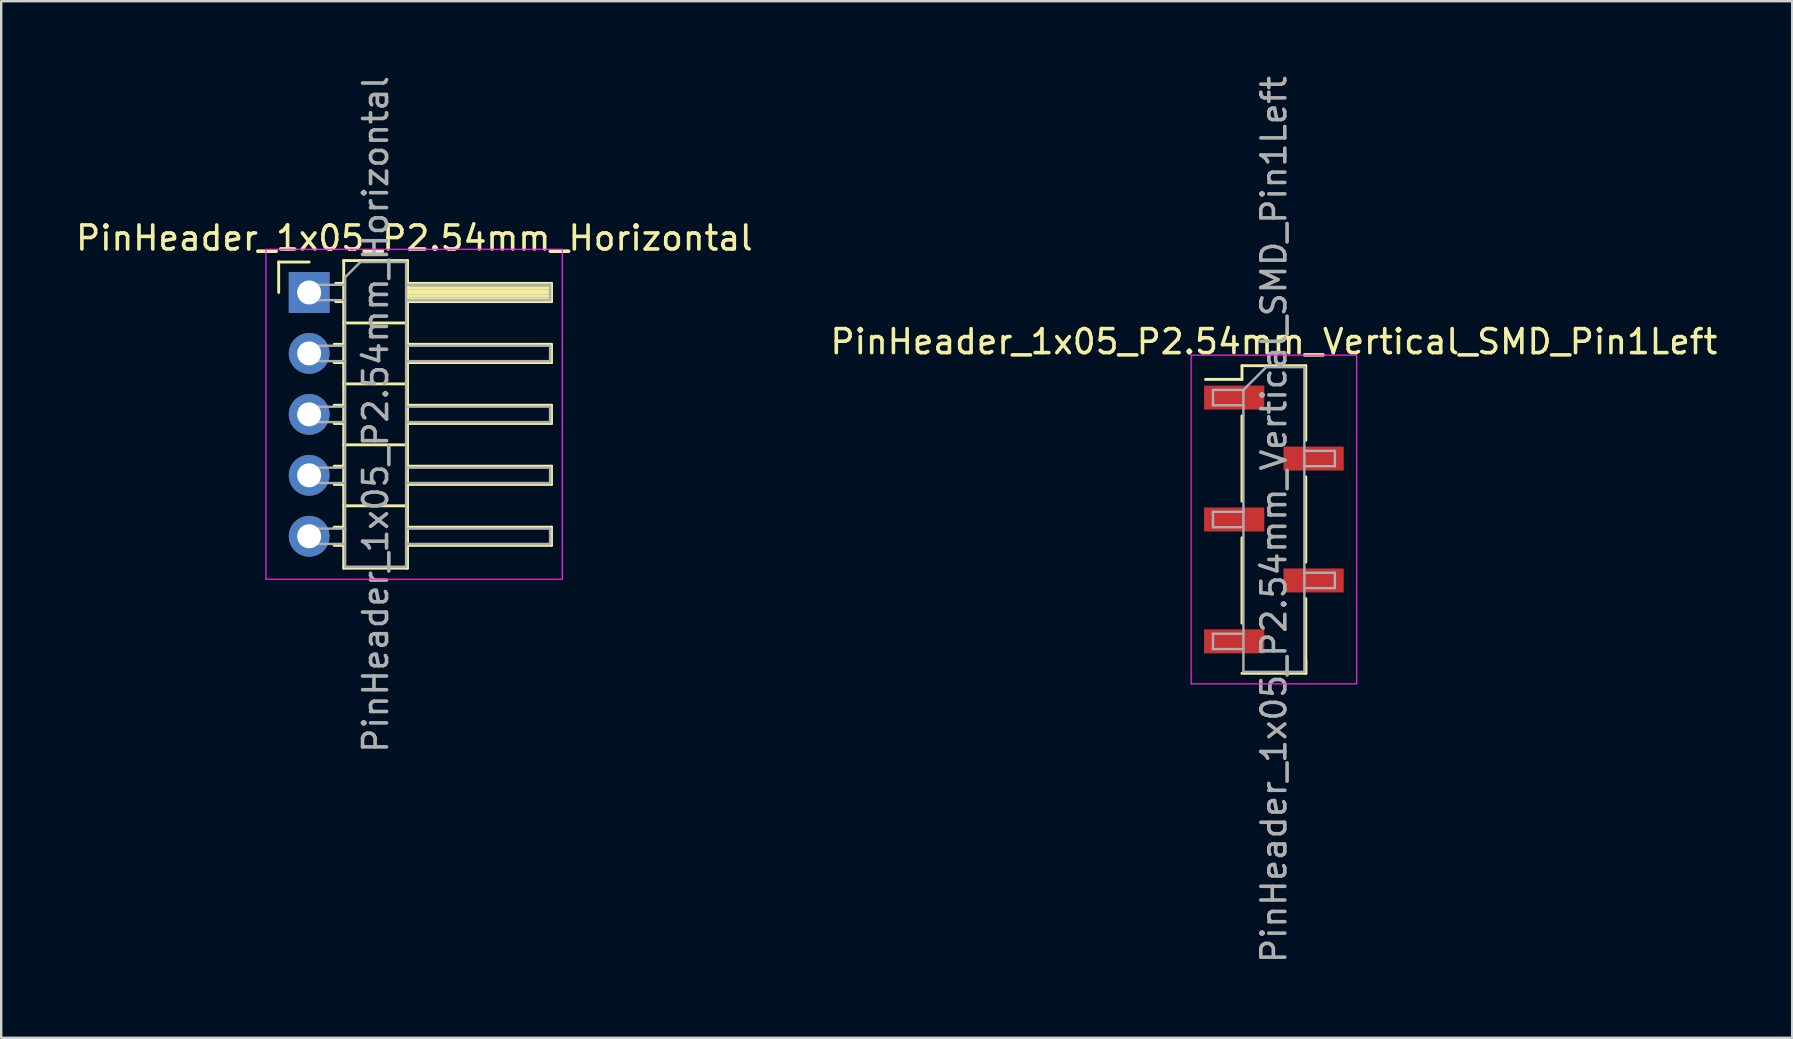
<source format=kicad_pcb>
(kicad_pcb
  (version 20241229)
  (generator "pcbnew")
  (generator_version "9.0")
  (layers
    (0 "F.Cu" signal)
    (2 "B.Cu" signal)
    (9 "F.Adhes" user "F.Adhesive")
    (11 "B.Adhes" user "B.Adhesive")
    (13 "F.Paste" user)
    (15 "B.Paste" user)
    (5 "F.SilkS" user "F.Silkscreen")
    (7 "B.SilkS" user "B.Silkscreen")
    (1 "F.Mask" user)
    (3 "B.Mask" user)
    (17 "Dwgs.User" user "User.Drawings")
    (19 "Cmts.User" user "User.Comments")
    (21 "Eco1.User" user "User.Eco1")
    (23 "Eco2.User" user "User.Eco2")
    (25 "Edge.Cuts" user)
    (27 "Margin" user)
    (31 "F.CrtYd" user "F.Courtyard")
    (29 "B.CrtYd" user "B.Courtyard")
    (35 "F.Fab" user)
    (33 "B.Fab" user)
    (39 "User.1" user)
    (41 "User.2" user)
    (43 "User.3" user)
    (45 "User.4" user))
  (footprint "PinHeader_1x05_P2.54mm_Vertical_SMD_Pin1Left"
    (layer "F.Cu")
    (at 50.042 18.601)
    (property "Reference" "PinHeader_1x05_P2.54mm_Vertical_SMD_Pin1Left" (at 0 -7.41 0) (layer "F.SilkS") (effects (font (size 1 1) (thickness 0.15))))
    (attr smd)
    (fp_line (start -1.33 -6.41) (end -1.33 -5.84) (stroke (width 0.12) (type solid)) (layer "F.SilkS"))
    (fp_line (start -1.33 -6.41) (end 1.33 -6.41) (stroke (width 0.12) (type solid)) (layer "F.SilkS"))
    (fp_line (start -1.33 -5.84) (end -2.85 -5.84) (stroke (width 0.12) (type solid)) (layer "F.SilkS"))
    (fp_line (start -1.33 -4.32) (end -1.33 -0.76) (stroke (width 0.12) (type solid)) (layer "F.SilkS"))
    (fp_line (start -1.33 0.76) (end -1.33 4.32) (stroke (width 0.12) (type solid)) (layer "F.SilkS"))
    (fp_line (start -1.33 6.41) (end 1.33 6.41) (stroke (width 0.12) (type solid)) (layer "F.SilkS"))
    (fp_line (start 1.33 -6.41) (end 1.33 -3.3) (stroke (width 0.12) (type solid)) (layer "F.SilkS"))
    (fp_line (start 1.33 -1.78) (end 1.33 1.78) (stroke (width 0.12) (type solid)) (layer "F.SilkS"))
    (fp_line (start 1.33 3.3) (end 1.33 6.41) (stroke (width 0.12) (type solid)) (layer "F.SilkS"))
    (fp_line (start 1.33 5.84) (end 1.33 6.41) (stroke (width 0.12) (type solid)) (layer "F.SilkS"))
    (fp_line (start -3.45 -6.85) (end -3.45 6.85) (stroke (width 0.05) (type solid)) (layer "F.CrtYd"))
    (fp_line (start -3.45 6.85) (end 3.45 6.85) (stroke (width 0.05) (type solid)) (layer "F.CrtYd"))
    (fp_line (start 3.45 -6.85) (end -3.45 -6.85) (stroke (width 0.05) (type solid)) (layer "F.CrtYd"))
    (fp_line (start 3.45 6.85) (end 3.45 -6.85) (stroke (width 0.05) (type solid)) (layer "F.CrtYd"))
    (fp_line (start -2.54 -5.4) (end -2.54 -4.76) (stroke (width 0.1) (type solid)) (layer "F.Fab"))
    (fp_line (start -2.54 -4.76) (end -1.27 -4.76) (stroke (width 0.1) (type solid)) (layer "F.Fab"))
    (fp_line (start -2.54 -0.32) (end -2.54 0.32) (stroke (width 0.1) (type solid)) (layer "F.Fab"))
    (fp_line (start -2.54 0.32) (end -1.27 0.32) (stroke (width 0.1) (type solid)) (layer "F.Fab"))
    (fp_line (start -2.54 4.76) (end -2.54 5.4) (stroke (width 0.1) (type solid)) (layer "F.Fab"))
    (fp_line (start -2.54 5.4) (end -1.27 5.4) (stroke (width 0.1) (type solid)) (layer "F.Fab"))
    (fp_line (start -1.27 -5.4) (end -2.54 -5.4) (stroke (width 0.1) (type solid)) (layer "F.Fab"))
    (fp_line (start -1.27 -5.4) (end -0.32 -6.35) (stroke (width 0.1) (type solid)) (layer "F.Fab"))
    (fp_line (start -1.27 -0.32) (end -2.54 -0.32) (stroke (width 0.1) (type solid)) (layer "F.Fab"))
    (fp_line (start -1.27 4.76) (end -2.54 4.76) (stroke (width 0.1) (type solid)) (layer "F.Fab"))
    (fp_line (start -1.27 6.35) (end -1.27 -5.4) (stroke (width 0.1) (type solid)) (layer "F.Fab"))
    (fp_line (start -0.32 -6.35) (end 1.27 -6.35) (stroke (width 0.1) (type solid)) (layer "F.Fab"))
    (fp_line (start 1.27 -6.35) (end 1.27 6.35) (stroke (width 0.1) (type solid)) (layer "F.Fab"))
    (fp_line (start 1.27 -2.86) (end 2.54 -2.86) (stroke (width 0.1) (type solid)) (layer "F.Fab"))
    (fp_line (start 1.27 2.22) (end 2.54 2.22) (stroke (width 0.1) (type solid)) (layer "F.Fab"))
    (fp_line (start 1.27 6.35) (end -1.27 6.35) (stroke (width 0.1) (type solid)) (layer "F.Fab"))
    (fp_line (start 2.54 -2.86) (end 2.54 -2.22) (stroke (width 0.1) (type solid)) (layer "F.Fab"))
    (fp_line (start 2.54 -2.22) (end 1.27 -2.22) (stroke (width 0.1) (type solid)) (layer "F.Fab"))
    (fp_line (start 2.54 2.22) (end 2.54 2.86) (stroke (width 0.1) (type solid)) (layer "F.Fab"))
    (fp_line (start 2.54 2.86) (end 1.27 2.86) (stroke (width 0.1) (type solid)) (layer "F.Fab"))
    (fp_text user "${REFERENCE}" (at 0 0 90) (layer "F.Fab") (effects (font (size 1 1) (thickness 0.15))))
    (pad "1" smd rect (at -1.655 -5.08) (size 2.51 1) (layers "F.Cu" "F.Mask" "F.Paste"))
    (pad "2" smd rect (at 1.655 -2.54) (size 2.51 1) (layers "F.Cu" "F.Mask" "F.Paste"))
    (pad "3" smd rect (at -1.655 0) (size 2.51 1) (layers "F.Cu" "F.Mask" "F.Paste"))
    (pad "4" smd rect (at 1.655 2.54) (size 2.51 1) (layers "F.Cu" "F.Mask" "F.Paste"))
    (pad "5" smd rect (at -1.655 5.08) (size 2.51 1) (layers "F.Cu" "F.Mask" "F.Paste")))
  (footprint "PinHeader_1x05_P2.54mm_Horizontal"
    (layer "F.Cu")
    (at 9.835 9.14)
    (property "Reference" "PinHeader_1x05_P2.54mm_Horizontal" (at 4.385 -2.27 0) (layer "F.SilkS") (effects (font (size 1 1) (thickness 0.15))))
    (attr through_hole)
    (fp_line (start -1.27 -1.27) (end 0 -1.27) (stroke (width 0.12) (type solid)) (layer "F.SilkS"))
    (fp_line (start -1.27 0) (end -1.27 -1.27) (stroke (width 0.12) (type solid)) (layer "F.SilkS"))
    (fp_line (start 1.043 2.16) (end 1.44 2.16) (stroke (width 0.12) (type solid)) (layer "F.SilkS"))
    (fp_line (start 1.043 2.92) (end 1.44 2.92) (stroke (width 0.12) (type solid)) (layer "F.SilkS"))
    (fp_line (start 1.043 4.7) (end 1.44 4.7) (stroke (width 0.12) (type solid)) (layer "F.SilkS"))
    (fp_line (start 1.043 5.46) (end 1.44 5.46) (stroke (width 0.12) (type solid)) (layer "F.SilkS"))
    (fp_line (start 1.043 7.24) (end 1.44 7.24) (stroke (width 0.12) (type solid)) (layer "F.SilkS"))
    (fp_line (start 1.043 8) (end 1.44 8) (stroke (width 0.12) (type solid)) (layer "F.SilkS"))
    (fp_line (start 1.043 9.78) (end 1.44 9.78) (stroke (width 0.12) (type solid)) (layer "F.SilkS"))
    (fp_line (start 1.043 10.54) (end 1.44 10.54) (stroke (width 0.12) (type solid)) (layer "F.SilkS"))
    (fp_line (start 1.11 -0.38) (end 1.44 -0.38) (stroke (width 0.12) (type solid)) (layer "F.SilkS"))
    (fp_line (start 1.11 0.38) (end 1.44 0.38) (stroke (width 0.12) (type solid)) (layer "F.SilkS"))
    (fp_line (start 1.44 -1.33) (end 1.44 11.49) (stroke (width 0.12) (type solid)) (layer "F.SilkS"))
    (fp_line (start 1.44 1.27) (end 4.1 1.27) (stroke (width 0.12) (type solid)) (layer "F.SilkS"))
    (fp_line (start 1.44 3.81) (end 4.1 3.81) (stroke (width 0.12) (type solid)) (layer "F.SilkS"))
    (fp_line (start 1.44 6.35) (end 4.1 6.35) (stroke (width 0.12) (type solid)) (layer "F.SilkS"))
    (fp_line (start 1.44 8.89) (end 4.1 8.89) (stroke (width 0.12) (type solid)) (layer "F.SilkS"))
    (fp_line (start 1.44 11.49) (end 4.1 11.49) (stroke (width 0.12) (type solid)) (layer "F.SilkS"))
    (fp_line (start 4.1 -1.33) (end 1.44 -1.33) (stroke (width 0.12) (type solid)) (layer "F.SilkS"))
    (fp_line (start 4.1 -0.38) (end 10.1 -0.38) (stroke (width 0.12) (type solid)) (layer "F.SilkS"))
    (fp_line (start 4.1 -0.32) (end 10.1 -0.32) (stroke (width 0.12) (type solid)) (layer "F.SilkS"))
    (fp_line (start 4.1 -0.2) (end 10.1 -0.2) (stroke (width 0.12) (type solid)) (layer "F.SilkS"))
    (fp_line (start 4.1 -0.08) (end 10.1 -0.08) (stroke (width 0.12) (type solid)) (layer "F.SilkS"))
    (fp_line (start 4.1 0.04) (end 10.1 0.04) (stroke (width 0.12) (type solid)) (layer "F.SilkS"))
    (fp_line (start 4.1 0.16) (end 10.1 0.16) (stroke (width 0.12) (type solid)) (layer "F.SilkS"))
    (fp_line (start 4.1 0.28) (end 10.1 0.28) (stroke (width 0.12) (type solid)) (layer "F.SilkS"))
    (fp_line (start 4.1 2.16) (end 10.1 2.16) (stroke (width 0.12) (type solid)) (layer "F.SilkS"))
    (fp_line (start 4.1 4.7) (end 10.1 4.7) (stroke (width 0.12) (type solid)) (layer "F.SilkS"))
    (fp_line (start 4.1 7.24) (end 10.1 7.24) (stroke (width 0.12) (type solid)) (layer "F.SilkS"))
    (fp_line (start 4.1 9.78) (end 10.1 9.78) (stroke (width 0.12) (type solid)) (layer "F.SilkS"))
    (fp_line (start 4.1 11.49) (end 4.1 -1.33) (stroke (width 0.12) (type solid)) (layer "F.SilkS"))
    (fp_line (start 10.1 -0.38) (end 10.1 0.38) (stroke (width 0.12) (type solid)) (layer "F.SilkS"))
    (fp_line (start 10.1 0.38) (end 4.1 0.38) (stroke (width 0.12) (type solid)) (layer "F.SilkS"))
    (fp_line (start 10.1 2.16) (end 10.1 2.92) (stroke (width 0.12) (type solid)) (layer "F.SilkS"))
    (fp_line (start 10.1 2.92) (end 4.1 2.92) (stroke (width 0.12) (type solid)) (layer "F.SilkS"))
    (fp_line (start 10.1 4.7) (end 10.1 5.46) (stroke (width 0.12) (type solid)) (layer "F.SilkS"))
    (fp_line (start 10.1 5.46) (end 4.1 5.46) (stroke (width 0.12) (type solid)) (layer "F.SilkS"))
    (fp_line (start 10.1 7.24) (end 10.1 8) (stroke (width 0.12) (type solid)) (layer "F.SilkS"))
    (fp_line (start 10.1 8) (end 4.1 8) (stroke (width 0.12) (type solid)) (layer "F.SilkS"))
    (fp_line (start 10.1 9.78) (end 10.1 10.54) (stroke (width 0.12) (type solid)) (layer "F.SilkS"))
    (fp_line (start 10.1 10.54) (end 4.1 10.54) (stroke (width 0.12) (type solid)) (layer "F.SilkS"))
    (fp_line (start -1.8 -1.8) (end -1.8 11.95) (stroke (width 0.05) (type solid)) (layer "F.CrtYd"))
    (fp_line (start -1.8 11.95) (end 10.55 11.95) (stroke (width 0.05) (type solid)) (layer "F.CrtYd"))
    (fp_line (start 10.55 -1.8) (end -1.8 -1.8) (stroke (width 0.05) (type solid)) (layer "F.CrtYd"))
    (fp_line (start 10.55 11.95) (end 10.55 -1.8) (stroke (width 0.05) (type solid)) (layer "F.CrtYd"))
    (fp_line (start -0.32 -0.32) (end -0.32 0.32) (stroke (width 0.1) (type solid)) (layer "F.Fab"))
    (fp_line (start -0.32 -0.32) (end 1.5 -0.32) (stroke (width 0.1) (type solid)) (layer "F.Fab"))
    (fp_line (start -0.32 0.32) (end 1.5 0.32) (stroke (width 0.1) (type solid)) (layer "F.Fab"))
    (fp_line (start -0.32 2.22) (end -0.32 2.86) (stroke (width 0.1) (type solid)) (layer "F.Fab"))
    (fp_line (start -0.32 2.22) (end 1.5 2.22) (stroke (width 0.1) (type solid)) (layer "F.Fab"))
    (fp_line (start -0.32 2.86) (end 1.5 2.86) (stroke (width 0.1) (type solid)) (layer "F.Fab"))
    (fp_line (start -0.32 4.76) (end -0.32 5.4) (stroke (width 0.1) (type solid)) (layer "F.Fab"))
    (fp_line (start -0.32 4.76) (end 1.5 4.76) (stroke (width 0.1) (type solid)) (layer "F.Fab"))
    (fp_line (start -0.32 5.4) (end 1.5 5.4) (stroke (width 0.1) (type solid)) (layer "F.Fab"))
    (fp_line (start -0.32 7.3) (end -0.32 7.94) (stroke (width 0.1) (type solid)) (layer "F.Fab"))
    (fp_line (start -0.32 7.3) (end 1.5 7.3) (stroke (width 0.1) (type solid)) (layer "F.Fab"))
    (fp_line (start -0.32 7.94) (end 1.5 7.94) (stroke (width 0.1) (type solid)) (layer "F.Fab"))
    (fp_line (start -0.32 9.84) (end -0.32 10.48) (stroke (width 0.1) (type solid)) (layer "F.Fab"))
    (fp_line (start -0.32 9.84) (end 1.5 9.84) (stroke (width 0.1) (type solid)) (layer "F.Fab"))
    (fp_line (start -0.32 10.48) (end 1.5 10.48) (stroke (width 0.1) (type solid)) (layer "F.Fab"))
    (fp_line (start 1.5 -0.635) (end 2.135 -1.27) (stroke (width 0.1) (type solid)) (layer "F.Fab"))
    (fp_line (start 1.5 11.43) (end 1.5 -0.635) (stroke (width 0.1) (type solid)) (layer "F.Fab"))
    (fp_line (start 2.135 -1.27) (end 4.04 -1.27) (stroke (width 0.1) (type solid)) (layer "F.Fab"))
    (fp_line (start 4.04 -1.27) (end 4.04 11.43) (stroke (width 0.1) (type solid)) (layer "F.Fab"))
    (fp_line (start 4.04 -0.32) (end 10.04 -0.32) (stroke (width 0.1) (type solid)) (layer "F.Fab"))
    (fp_line (start 4.04 0.32) (end 10.04 0.32) (stroke (width 0.1) (type solid)) (layer "F.Fab"))
    (fp_line (start 4.04 2.22) (end 10.04 2.22) (stroke (width 0.1) (type solid)) (layer "F.Fab"))
    (fp_line (start 4.04 2.86) (end 10.04 2.86) (stroke (width 0.1) (type solid)) (layer "F.Fab"))
    (fp_line (start 4.04 4.76) (end 10.04 4.76) (stroke (width 0.1) (type solid)) (layer "F.Fab"))
    (fp_line (start 4.04 5.4) (end 10.04 5.4) (stroke (width 0.1) (type solid)) (layer "F.Fab"))
    (fp_line (start 4.04 7.3) (end 10.04 7.3) (stroke (width 0.1) (type solid)) (layer "F.Fab"))
    (fp_line (start 4.04 7.94) (end 10.04 7.94) (stroke (width 0.1) (type solid)) (layer "F.Fab"))
    (fp_line (start 4.04 9.84) (end 10.04 9.84) (stroke (width 0.1) (type solid)) (layer "F.Fab"))
    (fp_line (start 4.04 10.48) (end 10.04 10.48) (stroke (width 0.1) (type solid)) (layer "F.Fab"))
    (fp_line (start 4.04 11.43) (end 1.5 11.43) (stroke (width 0.1) (type solid)) (layer "F.Fab"))
    (fp_line (start 10.04 -0.32) (end 10.04 0.32) (stroke (width 0.1) (type solid)) (layer "F.Fab"))
    (fp_line (start 10.04 2.22) (end 10.04 2.86) (stroke (width 0.1) (type solid)) (layer "F.Fab"))
    (fp_line (start 10.04 4.76) (end 10.04 5.4) (stroke (width 0.1) (type solid)) (layer "F.Fab"))
    (fp_line (start 10.04 7.3) (end 10.04 7.94) (stroke (width 0.1) (type solid)) (layer "F.Fab"))
    (fp_line (start 10.04 9.84) (end 10.04 10.48) (stroke (width 0.1) (type solid)) (layer "F.Fab"))
    (fp_text user "${REFERENCE}" (at 2.77 5.08 90) (layer "F.Fab") (effects (font (size 1 1) (thickness 0.15))))
    (pad "1" thru_hole rect (at 0 0) (size 1.7 1.7) (drill 1) (layers "*.Cu" "*.Mask"))
    (pad "2" thru_hole oval (at 0 2.54) (size 1.7 1.7) (drill 1) (layers "*.Cu" "*.Mask"))
    (pad "3" thru_hole oval (at 0 5.08) (size 1.7 1.7) (drill 1) (layers "*.Cu" "*.Mask"))
    (pad "4" thru_hole oval (at 0 7.62) (size 1.7 1.7) (drill 1) (layers "*.Cu" "*.Mask"))
    (pad "5" thru_hole oval (at 0 10.16) (size 1.7 1.7) (drill 1) (layers "*.Cu" "*.Mask")))
  (gr_rect
    (start -3 -3)
    (end 71.643 40.202)
    (stroke (width 0.1) (type default))
    (fill no)
    (layer "Edge.Cuts")))
</source>
